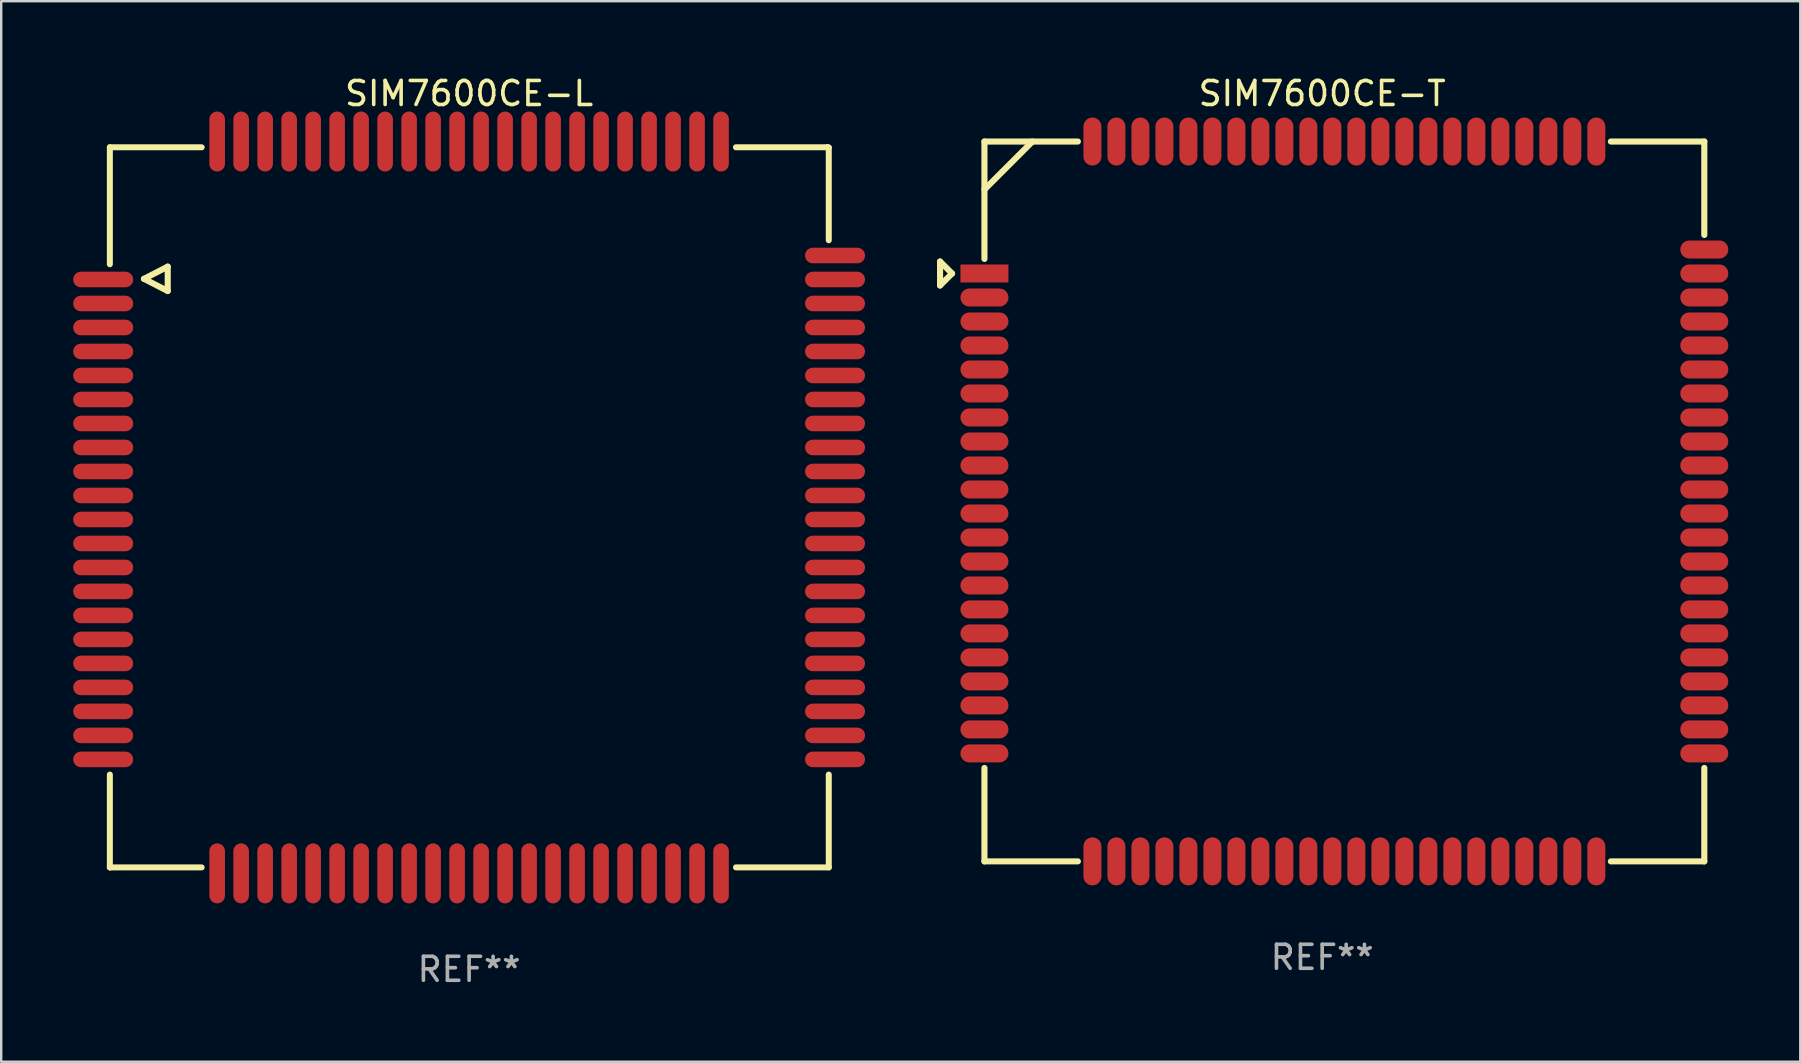
<source format=kicad_pcb>
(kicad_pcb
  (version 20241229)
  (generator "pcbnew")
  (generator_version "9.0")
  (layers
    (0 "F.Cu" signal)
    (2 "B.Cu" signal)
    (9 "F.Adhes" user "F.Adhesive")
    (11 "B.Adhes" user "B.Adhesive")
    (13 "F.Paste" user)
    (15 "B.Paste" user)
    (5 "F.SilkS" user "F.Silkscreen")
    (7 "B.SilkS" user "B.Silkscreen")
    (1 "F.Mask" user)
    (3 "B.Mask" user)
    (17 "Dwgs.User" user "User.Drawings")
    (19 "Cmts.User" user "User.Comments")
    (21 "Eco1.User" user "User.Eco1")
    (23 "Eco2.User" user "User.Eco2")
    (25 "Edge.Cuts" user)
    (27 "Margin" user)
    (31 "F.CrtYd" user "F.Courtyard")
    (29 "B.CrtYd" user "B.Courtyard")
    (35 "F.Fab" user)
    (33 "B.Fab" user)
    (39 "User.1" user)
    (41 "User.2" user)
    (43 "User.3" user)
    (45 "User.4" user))
  (footprint "SIM7600CE-T"
    (layer "F.Cu")
    (at 52.052 17.848)
    (property "Reference" "SIM7600CE-T" (at 0 -17 0) (layer "F.SilkS") (effects (font (size 1 1) (thickness 0.15))))
    (attr through_hole)
    (fp_line (start -15.925 -10) (end -15.925 -9) (stroke (width 0.254) (type solid)) (layer "F.SilkS"))
    (fp_line (start -15.925 -9) (end -15.425 -9.5) (stroke (width 0.254) (type solid)) (layer "F.SilkS"))
    (fp_line (start -15.425 -9.5) (end -15.925 -10) (stroke (width 0.254) (type solid)) (layer "F.SilkS"))
    (fp_line (start -14.075 -15) (end -10.181 -15) (stroke (width 0.254) (type solid)) (layer "F.SilkS"))
    (fp_line (start -14.075 -10.106) (end -14.075 -15) (stroke (width 0.254) (type solid)) (layer "F.SilkS"))
    (fp_line (start -14.075 15) (end -14.075 11.106) (stroke (width 0.254) (type solid)) (layer "F.SilkS"))
    (fp_line (start -12.075 -15) (end -14.075 -13) (stroke (width 0.254) (type solid)) (layer "F.SilkS"))
    (fp_line (start -10.181 15) (end -14.075 15) (stroke (width 0.254) (type solid)) (layer "F.SilkS"))
    (fp_line (start 12.031 -15) (end 15.925 -15) (stroke (width 0.254) (type solid)) (layer "F.SilkS"))
    (fp_line (start 15.925 -15) (end 15.925 -11.106) (stroke (width 0.254) (type solid)) (layer "F.SilkS"))
    (fp_line (start 15.925 11.106) (end 15.925 15) (stroke (width 0.254) (type solid)) (layer "F.SilkS"))
    (fp_line (start 15.925 15) (end 12.031 15) (stroke (width 0.254) (type solid)) (layer "F.SilkS"))
    (fp_circle (center -14.075 -15) (end -14.045 -15) (stroke (width 0.06) (type solid)) (fill no) (layer "F.SilkS"))
    (fp_text user "REF**" (at 0 19 0) (layer "F.Fab") (effects (font (size 1 1) (thickness 0.15))))
    (pad "1" smd rect (at -14.075 -9.5) (size 2 0.75) (layers "F.Cu" "F.Mask" "F.Paste"))
    (pad "2" smd oval (at -14.075 -8.5) (size 2 0.75) (layers "F.Cu" "F.Mask" "F.Paste"))
    (pad "3" smd oval (at -14.075 -7.5) (size 2 0.75) (layers "F.Cu" "F.Mask" "F.Paste"))
    (pad "4" smd oval (at -14.075 -6.5) (size 2 0.75) (layers "F.Cu" "F.Mask" "F.Paste"))
    (pad "5" smd oval (at -14.075 -5.5) (size 2 0.75) (layers "F.Cu" "F.Mask" "F.Paste"))
    (pad "6" smd oval (at -14.075 -4.5) (size 2 0.75) (layers "F.Cu" "F.Mask" "F.Paste"))
    (pad "7" smd oval (at -14.075 -3.5) (size 2 0.75) (layers "F.Cu" "F.Mask" "F.Paste"))
    (pad "8" smd oval (at -14.075 -2.5) (size 2 0.75) (layers "F.Cu" "F.Mask" "F.Paste"))
    (pad "9" smd oval (at -14.075 -1.5) (size 2 0.75) (layers "F.Cu" "F.Mask" "F.Paste"))
    (pad "10" smd oval (at -14.075 -0.5) (size 2 0.75) (layers "F.Cu" "F.Mask" "F.Paste"))
    (pad "11" smd oval (at -14.075 0.5) (size 2 0.75) (layers "F.Cu" "F.Mask" "F.Paste"))
    (pad "12" smd oval (at -14.075 1.5) (size 2 0.75) (layers "F.Cu" "F.Mask" "F.Paste"))
    (pad "13" smd oval (at -14.075 2.5) (size 2 0.75) (layers "F.Cu" "F.Mask" "F.Paste"))
    (pad "14" smd oval (at -14.075 3.5) (size 2 0.75) (layers "F.Cu" "F.Mask" "F.Paste"))
    (pad "15" smd oval (at -14.075 4.5) (size 2 0.75) (layers "F.Cu" "F.Mask" "F.Paste"))
    (pad "16" smd oval (at -14.075 5.5) (size 2 0.75) (layers "F.Cu" "F.Mask" "F.Paste"))
    (pad "17" smd oval (at -14.075 6.5) (size 2 0.75) (layers "F.Cu" "F.Mask" "F.Paste"))
    (pad "18" smd oval (at -14.075 7.5) (size 2 0.75) (layers "F.Cu" "F.Mask" "F.Paste"))
    (pad "19" smd oval (at -14.075 8.5) (size 2 0.75) (layers "F.Cu" "F.Mask" "F.Paste"))
    (pad "20" smd oval (at -14.075 9.5) (size 2 0.75) (layers "F.Cu" "F.Mask" "F.Paste"))
    (pad "21" smd oval (at -8.575 15 90) (size 2 0.75) (layers "F.Cu" "F.Mask" "F.Paste"))
    (pad "22" smd oval (at -7.575 15 90) (size 2 0.75) (layers "F.Cu" "F.Mask" "F.Paste"))
    (pad "23" smd oval (at -6.575 15 90) (size 2 0.75) (layers "F.Cu" "F.Mask" "F.Paste"))
    (pad "24" smd oval (at -5.575 15 90) (size 2 0.75) (layers "F.Cu" "F.Mask" "F.Paste"))
    (pad "25" smd oval (at -4.575 15 90) (size 2 0.75) (layers "F.Cu" "F.Mask" "F.Paste"))
    (pad "26" smd oval (at -3.575 15 90) (size 2 0.75) (layers "F.Cu" "F.Mask" "F.Paste"))
    (pad "27" smd oval (at -2.575 15 90) (size 2 0.75) (layers "F.Cu" "F.Mask" "F.Paste"))
    (pad "28" smd oval (at -1.575 15 90) (size 2 0.75) (layers "F.Cu" "F.Mask" "F.Paste"))
    (pad "29" smd oval (at -0.575 15 90) (size 2 0.75) (layers "F.Cu" "F.Mask" "F.Paste"))
    (pad "30" smd oval (at 0.425 15 90) (size 2 0.75) (layers "F.Cu" "F.Mask" "F.Paste"))
    (pad "31" smd oval (at 1.425 15 90) (size 2 0.75) (layers "F.Cu" "F.Mask" "F.Paste"))
    (pad "32" smd oval (at 2.425 15 90) (size 2 0.75) (layers "F.Cu" "F.Mask" "F.Paste"))
    (pad "33" smd oval (at 3.425 15 90) (size 2 0.75) (layers "F.Cu" "F.Mask" "F.Paste"))
    (pad "34" smd oval (at 4.425 15 90) (size 2 0.75) (layers "F.Cu" "F.Mask" "F.Paste"))
    (pad "35" smd oval (at 5.425 15 90) (size 2 0.75) (layers "F.Cu" "F.Mask" "F.Paste"))
    (pad "36" smd oval (at 6.425 15 90) (size 2 0.75) (layers "F.Cu" "F.Mask" "F.Paste"))
    (pad "37" smd oval (at 7.425 15 90) (size 2 0.75) (layers "F.Cu" "F.Mask" "F.Paste"))
    (pad "38" smd oval (at 8.425 15 90) (size 2 0.75) (layers "F.Cu" "F.Mask" "F.Paste"))
    (pad "39" smd oval (at 9.425 15 90) (size 2 0.75) (layers "F.Cu" "F.Mask" "F.Paste"))
    (pad "40" smd oval (at 10.425 15 90) (size 2 0.75) (layers "F.Cu" "F.Mask" "F.Paste"))
    (pad "41" smd oval (at 15.925 9.5 180) (size 2 0.75) (layers "F.Cu" "F.Mask" "F.Paste"))
    (pad "42" smd oval (at 15.925 8.5 180) (size 2 0.75) (layers "F.Cu" "F.Mask" "F.Paste"))
    (pad "43" smd oval (at 15.925 7.5 180) (size 2 0.75) (layers "F.Cu" "F.Mask" "F.Paste"))
    (pad "44" smd oval (at 15.925 6.5 180) (size 2 0.75) (layers "F.Cu" "F.Mask" "F.Paste"))
    (pad "45" smd oval (at 15.925 5.5 180) (size 2 0.75) (layers "F.Cu" "F.Mask" "F.Paste"))
    (pad "46" smd oval (at 15.925 4.5 180) (size 2 0.75) (layers "F.Cu" "F.Mask" "F.Paste"))
    (pad "47" smd oval (at 15.925 3.5 180) (size 2 0.75) (layers "F.Cu" "F.Mask" "F.Paste"))
    (pad "48" smd oval (at 15.925 2.5 180) (size 2 0.75) (layers "F.Cu" "F.Mask" "F.Paste"))
    (pad "49" smd oval (at 15.925 1.5 180) (size 2 0.75) (layers "F.Cu" "F.Mask" "F.Paste"))
    (pad "50" smd oval (at 15.925 0.5 180) (size 2 0.75) (layers "F.Cu" "F.Mask" "F.Paste"))
    (pad "51" smd oval (at 15.925 -0.5 180) (size 2 0.75) (layers "F.Cu" "F.Mask" "F.Paste"))
    (pad "52" smd oval (at 15.925 -1.5 180) (size 2 0.75) (layers "F.Cu" "F.Mask" "F.Paste"))
    (pad "53" smd oval (at 15.925 -2.5 180) (size 2 0.75) (layers "F.Cu" "F.Mask" "F.Paste"))
    (pad "54" smd oval (at 15.925 -3.5 180) (size 2 0.75) (layers "F.Cu" "F.Mask" "F.Paste"))
    (pad "55" smd oval (at 15.925 -4.5 180) (size 2 0.75) (layers "F.Cu" "F.Mask" "F.Paste"))
    (pad "56" smd oval (at 15.925 -5.5 180) (size 2 0.75) (layers "F.Cu" "F.Mask" "F.Paste"))
    (pad "57" smd oval (at 15.925 -6.5 180) (size 2 0.75) (layers "F.Cu" "F.Mask" "F.Paste"))
    (pad "58" smd oval (at 15.925 -7.5 180) (size 2 0.75) (layers "F.Cu" "F.Mask" "F.Paste"))
    (pad "59" smd oval (at 15.925 -8.5 180) (size 2 0.75) (layers "F.Cu" "F.Mask" "F.Paste"))
    (pad "60" smd oval (at 15.925 -9.5 180) (size 2 0.75) (layers "F.Cu" "F.Mask" "F.Paste"))
    (pad "61" smd oval (at 10.425 -15 270) (size 2 0.75) (layers "F.Cu" "F.Mask" "F.Paste"))
    (pad "62" smd oval (at 9.425 -15 270) (size 2 0.75) (layers "F.Cu" "F.Mask" "F.Paste"))
    (pad "63" smd oval (at 8.425 -15 270) (size 2 0.75) (layers "F.Cu" "F.Mask" "F.Paste"))
    (pad "64" smd oval (at 7.425 -15 270) (size 2 0.75) (layers "F.Cu" "F.Mask" "F.Paste"))
    (pad "65" smd oval (at 6.425 -15 270) (size 2 0.75) (layers "F.Cu" "F.Mask" "F.Paste"))
    (pad "66" smd oval (at 5.425 -15 270) (size 2 0.75) (layers "F.Cu" "F.Mask" "F.Paste"))
    (pad "67" smd oval (at 4.425 -15 270) (size 2 0.75) (layers "F.Cu" "F.Mask" "F.Paste"))
    (pad "68" smd oval (at 3.425 -15 270) (size 2 0.75) (layers "F.Cu" "F.Mask" "F.Paste"))
    (pad "69" smd oval (at 2.425 -15 270) (size 2 0.75) (layers "F.Cu" "F.Mask" "F.Paste"))
    (pad "70" smd oval (at 1.425 -15 270) (size 2 0.75) (layers "F.Cu" "F.Mask" "F.Paste"))
    (pad "71" smd oval (at 0.425 -15 270) (size 2 0.75) (layers "F.Cu" "F.Mask" "F.Paste"))
    (pad "72" smd oval (at -0.575 -15 270) (size 2 0.75) (layers "F.Cu" "F.Mask" "F.Paste"))
    (pad "73" smd oval (at -1.575 -15 270) (size 2 0.75) (layers "F.Cu" "F.Mask" "F.Paste"))
    (pad "74" smd oval (at -2.575 -15 270) (size 2 0.75) (layers "F.Cu" "F.Mask" "F.Paste"))
    (pad "75" smd oval (at -3.575 -15 270) (size 2 0.75) (layers "F.Cu" "F.Mask" "F.Paste"))
    (pad "76" smd oval (at -4.575 -15 270) (size 2 0.75) (layers "F.Cu" "F.Mask" "F.Paste"))
    (pad "77" smd oval (at -5.575 -15 270) (size 2 0.75) (layers "F.Cu" "F.Mask" "F.Paste"))
    (pad "78" smd oval (at -6.575 -15 270) (size 2 0.75) (layers "F.Cu" "F.Mask" "F.Paste"))
    (pad "79" smd oval (at -7.575 -15 270) (size 2 0.75) (layers "F.Cu" "F.Mask" "F.Paste"))
    (pad "80" smd oval (at -8.575 -15 270) (size 2 0.75) (layers "F.Cu" "F.Mask" "F.Paste"))
    (pad "81" smd oval (at -14.075 10.5) (size 2 0.75) (layers "F.Cu" "F.Mask" "F.Paste"))
    (pad "82" smd oval (at 15.925 10.5) (size 2 0.75) (layers "F.Cu" "F.Mask" "F.Paste"))
    (pad "83" smd oval (at 11.425 15 90) (size 2 0.75) (layers "F.Cu" "F.Mask" "F.Paste"))
    (pad "84" smd oval (at -9.575 15 90) (size 2 0.75) (layers "F.Cu" "F.Mask" "F.Paste"))
    (pad "85" smd oval (at 15.925 -10.5 180) (size 2 0.75) (layers "F.Cu" "F.Mask" "F.Paste"))
    (pad "86" smd oval (at -9.575 -15 270) (size 2 0.75) (layers "F.Cu" "F.Mask" "F.Paste"))
    (pad "87" smd oval (at 11.425 -15 270) (size 2 0.75) (layers "F.Cu" "F.Mask" "F.Paste")))
  (footprint "SIM7600CE-L"
    (layer "F.Cu")
    (at 16.5 18.098)
    (property "Reference" "SIM7600CE-L" (at 0 -17.25 0) (layer "F.SilkS") (effects (font (size 1 1) (thickness 0.15))))
    (attr through_hole)
    (fp_line (start -14.972 -15.01) (end -11.145 -15.01) (stroke (width 0.25) (type solid)) (layer "F.SilkS"))
    (fp_line (start -14.972 -10.136) (end -14.972 -15.01) (stroke (width 0.25) (type solid)) (layer "F.SilkS"))
    (fp_line (start -14.972 15) (end -14.972 11.133) (stroke (width 0.25) (type solid)) (layer "F.SilkS"))
    (fp_line (start -14.961 15) (end -14.972 15) (stroke (width 0.25) (type solid)) (layer "F.SilkS"))
    (fp_line (start -13.551 -9.528) (end -12.56 -10.036) (stroke (width 0.254) (type solid)) (layer "F.SilkS"))
    (fp_line (start -12.56 -10.036) (end -12.56 -9.02) (stroke (width 0.254) (type solid)) (layer "F.SilkS"))
    (fp_line (start -12.56 -9.02) (end -13.551 -9.528) (stroke (width 0.254) (type solid)) (layer "F.SilkS"))
    (fp_line (start -11.146 15) (end -14.961 15) (stroke (width 0.25) (type solid)) (layer "F.SilkS"))
    (fp_line (start 11.122 -15.01) (end 14.929 -15.01) (stroke (width 0.25) (type solid)) (layer "F.SilkS"))
    (fp_line (start 14.929 -15.01) (end 14.929 -15) (stroke (width 0.25) (type solid)) (layer "F.SilkS"))
    (fp_line (start 14.929 -15) (end 14.989 -15) (stroke (width 0.25) (type solid)) (layer "F.SilkS"))
    (fp_line (start 14.989 -15) (end 14.989 -11.135) (stroke (width 0.25) (type solid)) (layer "F.SilkS"))
    (fp_line (start 14.989 11.133) (end 14.989 15) (stroke (width 0.25) (type solid)) (layer "F.SilkS"))
    (fp_line (start 14.989 15) (end 11.123 15) (stroke (width 0.25) (type solid)) (layer "F.SilkS"))
    (fp_circle (center -15 -15) (end -14.97 -15) (stroke (width 0.06) (type solid)) (fill no) (layer "F.SilkS"))
    (fp_text user "REF**" (at 0 19.25 0) (layer "F.Fab") (effects (font (size 1 1) (thickness 0.15))))
    (pad "1" smd oval (at -15.25 -9.5) (size 2.5 0.65) (layers "F.Cu" "F.Mask" "F.Paste"))
    (pad "2" smd oval (at -15.25 -8.5) (size 2.5 0.65) (layers "F.Cu" "F.Mask" "F.Paste"))
    (pad "3" smd oval (at -15.25 -7.5) (size 2.5 0.65) (layers "F.Cu" "F.Mask" "F.Paste"))
    (pad "4" smd oval (at -15.25 -6.5) (size 2.5 0.65) (layers "F.Cu" "F.Mask" "F.Paste"))
    (pad "5" smd oval (at -15.25 -5.5) (size 2.5 0.65) (layers "F.Cu" "F.Mask" "F.Paste"))
    (pad "6" smd oval (at -15.25 -4.5) (size 2.5 0.65) (layers "F.Cu" "F.Mask" "F.Paste"))
    (pad "7" smd oval (at -15.25 -3.5) (size 2.5 0.65) (layers "F.Cu" "F.Mask" "F.Paste"))
    (pad "8" smd oval (at -15.25 -2.5) (size 2.5 0.65) (layers "F.Cu" "F.Mask" "F.Paste"))
    (pad "9" smd oval (at -15.25 -1.5) (size 2.5 0.65) (layers "F.Cu" "F.Mask" "F.Paste"))
    (pad "10" smd oval (at -15.25 -0.5) (size 2.5 0.65) (layers "F.Cu" "F.Mask" "F.Paste"))
    (pad "11" smd oval (at -15.25 0.5) (size 2.5 0.65) (layers "F.Cu" "F.Mask" "F.Paste"))
    (pad "12" smd oval (at -15.25 1.5) (size 2.5 0.65) (layers "F.Cu" "F.Mask" "F.Paste"))
    (pad "13" smd oval (at -15.25 2.5) (size 2.5 0.65) (layers "F.Cu" "F.Mask" "F.Paste"))
    (pad "14" smd oval (at -15.25 3.5) (size 2.5 0.65) (layers "F.Cu" "F.Mask" "F.Paste"))
    (pad "15" smd oval (at -15.25 4.5) (size 2.5 0.65) (layers "F.Cu" "F.Mask" "F.Paste"))
    (pad "16" smd oval (at -15.25 5.5) (size 2.5 0.65) (layers "F.Cu" "F.Mask" "F.Paste"))
    (pad "17" smd oval (at -15.25 6.5) (size 2.5 0.65) (layers "F.Cu" "F.Mask" "F.Paste"))
    (pad "18" smd oval (at -15.25 7.5) (size 2.5 0.65) (layers "F.Cu" "F.Mask" "F.Paste"))
    (pad "19" smd oval (at -15.25 8.5) (size 2.5 0.65) (layers "F.Cu" "F.Mask" "F.Paste"))
    (pad "20" smd oval (at -15.25 9.5) (size 2.5 0.65) (layers "F.Cu" "F.Mask" "F.Paste"))
    (pad "21" smd oval (at -9.5 15.25) (size 0.65 2.5) (layers "F.Cu" "F.Mask" "F.Paste"))
    (pad "22" smd oval (at -8.5 15.25) (size 0.65 2.5) (layers "F.Cu" "F.Mask" "F.Paste"))
    (pad "23" smd oval (at -7.5 15.25) (size 0.65 2.5) (layers "F.Cu" "F.Mask" "F.Paste"))
    (pad "24" smd oval (at -6.5 15.25) (size 0.65 2.5) (layers "F.Cu" "F.Mask" "F.Paste"))
    (pad "25" smd oval (at -5.5 15.25) (size 0.65 2.5) (layers "F.Cu" "F.Mask" "F.Paste"))
    (pad "26" smd oval (at -4.5 15.25) (size 0.65 2.5) (layers "F.Cu" "F.Mask" "F.Paste"))
    (pad "27" smd oval (at -3.5 15.25) (size 0.65 2.5) (layers "F.Cu" "F.Mask" "F.Paste"))
    (pad "28" smd oval (at -2.5 15.25) (size 0.65 2.5) (layers "F.Cu" "F.Mask" "F.Paste"))
    (pad "29" smd oval (at -1.5 15.25) (size 0.65 2.5) (layers "F.Cu" "F.Mask" "F.Paste"))
    (pad "30" smd oval (at -0.5 15.25) (size 0.65 2.5) (layers "F.Cu" "F.Mask" "F.Paste"))
    (pad "31" smd oval (at 0.5 15.25) (size 0.65 2.5) (layers "F.Cu" "F.Mask" "F.Paste"))
    (pad "32" smd oval (at 1.5 15.25) (size 0.65 2.5) (layers "F.Cu" "F.Mask" "F.Paste"))
    (pad "33" smd oval (at 2.5 15.25) (size 0.65 2.5) (layers "F.Cu" "F.Mask" "F.Paste"))
    (pad "34" smd oval (at 3.5 15.25) (size 0.65 2.5) (layers "F.Cu" "F.Mask" "F.Paste"))
    (pad "35" smd oval (at 4.5 15.25) (size 0.65 2.5) (layers "F.Cu" "F.Mask" "F.Paste"))
    (pad "36" smd oval (at 5.5 15.25) (size 0.65 2.5) (layers "F.Cu" "F.Mask" "F.Paste"))
    (pad "37" smd oval (at 6.5 15.25) (size 0.65 2.5) (layers "F.Cu" "F.Mask" "F.Paste"))
    (pad "38" smd oval (at 7.5 15.25) (size 0.65 2.5) (layers "F.Cu" "F.Mask" "F.Paste"))
    (pad "39" smd oval (at 8.5 15.25) (size 0.65 2.5) (layers "F.Cu" "F.Mask" "F.Paste"))
    (pad "40" smd oval (at 9.5 15.25) (size 0.65 2.5) (layers "F.Cu" "F.Mask" "F.Paste"))
    (pad "41" smd oval (at 15.25 9.5) (size 2.5 0.65) (layers "F.Cu" "F.Mask" "F.Paste"))
    (pad "42" smd oval (at 15.25 8.5) (size 2.5 0.65) (layers "F.Cu" "F.Mask" "F.Paste"))
    (pad "43" smd oval (at 15.25 7.5) (size 2.5 0.65) (layers "F.Cu" "F.Mask" "F.Paste"))
    (pad "44" smd oval (at 15.25 6.5) (size 2.5 0.65) (layers "F.Cu" "F.Mask" "F.Paste"))
    (pad "45" smd oval (at 15.25 5.5) (size 2.5 0.65) (layers "F.Cu" "F.Mask" "F.Paste"))
    (pad "46" smd oval (at 15.25 4.5) (size 2.5 0.65) (layers "F.Cu" "F.Mask" "F.Paste"))
    (pad "47" smd oval (at 15.25 3.5) (size 2.5 0.65) (layers "F.Cu" "F.Mask" "F.Paste"))
    (pad "48" smd oval (at 15.25 2.5) (size 2.5 0.65) (layers "F.Cu" "F.Mask" "F.Paste"))
    (pad "49" smd oval (at 15.25 1.5) (size 2.5 0.65) (layers "F.Cu" "F.Mask" "F.Paste"))
    (pad "50" smd oval (at 15.25 0.5) (size 2.5 0.65) (layers "F.Cu" "F.Mask" "F.Paste"))
    (pad "51" smd oval (at 15.25 -0.5) (size 2.5 0.65) (layers "F.Cu" "F.Mask" "F.Paste"))
    (pad "52" smd oval (at 15.25 -1.5) (size 2.5 0.65) (layers "F.Cu" "F.Mask" "F.Paste"))
    (pad "53" smd oval (at 15.25 -2.5) (size 2.5 0.65) (layers "F.Cu" "F.Mask" "F.Paste"))
    (pad "54" smd oval (at 15.25 -3.5) (size 2.5 0.65) (layers "F.Cu" "F.Mask" "F.Paste"))
    (pad "55" smd oval (at 15.25 -4.5) (size 2.5 0.65) (layers "F.Cu" "F.Mask" "F.Paste"))
    (pad "56" smd oval (at 15.25 -5.5) (size 2.5 0.65) (layers "F.Cu" "F.Mask" "F.Paste"))
    (pad "57" smd oval (at 15.25 -6.5 180) (size 2.5 0.65) (layers "F.Cu" "F.Mask" "F.Paste"))
    (pad "58" smd oval (at 15.25 -7.5 180) (size 2.5 0.65) (layers "F.Cu" "F.Mask" "F.Paste"))
    (pad "59" smd oval (at 15.25 -8.5 180) (size 2.5 0.65) (layers "F.Cu" "F.Mask" "F.Paste"))
    (pad "60" smd oval (at 15.25 -9.5) (size 2.5 0.65) (layers "F.Cu" "F.Mask" "F.Paste"))
    (pad "61" smd oval (at 9.5 -15.25) (size 0.65 2.5) (layers "F.Cu" "F.Mask" "F.Paste"))
    (pad "62" smd oval (at 8.5 -15.25) (size 0.65 2.5) (layers "F.Cu" "F.Mask" "F.Paste"))
    (pad "63" smd oval (at 7.5 -15.25) (size 0.65 2.5) (layers "F.Cu" "F.Mask" "F.Paste"))
    (pad "64" smd oval (at 6.5 -15.25) (size 0.65 2.5) (layers "F.Cu" "F.Mask" "F.Paste"))
    (pad "65" smd oval (at 5.5 -15.25) (size 0.65 2.5) (layers "F.Cu" "F.Mask" "F.Paste"))
    (pad "66" smd oval (at 4.5 -15.25) (size 0.65 2.5) (layers "F.Cu" "F.Mask" "F.Paste"))
    (pad "67" smd oval (at 3.5 -15.25) (size 0.65 2.5) (layers "F.Cu" "F.Mask" "F.Paste"))
    (pad "68" smd oval (at 2.5 -15.25) (size 0.65 2.5) (layers "F.Cu" "F.Mask" "F.Paste"))
    (pad "69" smd oval (at 1.5 -15.25) (size 0.65 2.5) (layers "F.Cu" "F.Mask" "F.Paste"))
    (pad "70" smd oval (at 0.5 -15.25) (size 0.65 2.5) (layers "F.Cu" "F.Mask" "F.Paste"))
    (pad "71" smd oval (at -0.5 -15.25) (size 0.65 2.5) (layers "F.Cu" "F.Mask" "F.Paste"))
    (pad "72" smd oval (at -1.5 -15.25) (size 0.65 2.5) (layers "F.Cu" "F.Mask" "F.Paste"))
    (pad "73" smd oval (at -2.5 -15.25) (size 0.65 2.5) (layers "F.Cu" "F.Mask" "F.Paste"))
    (pad "74" smd oval (at -3.5 -15.25) (size 0.65 2.5) (layers "F.Cu" "F.Mask" "F.Paste"))
    (pad "75" smd oval (at -4.5 -15.25) (size 0.65 2.5) (layers "F.Cu" "F.Mask" "F.Paste"))
    (pad "76" smd oval (at -5.5 -15.25) (size 0.65 2.5) (layers "F.Cu" "F.Mask" "F.Paste"))
    (pad "77" smd oval (at -6.5 -15.25) (size 0.65 2.5) (layers "F.Cu" "F.Mask" "F.Paste"))
    (pad "78" smd oval (at -7.5 -15.25) (size 0.65 2.5) (layers "F.Cu" "F.Mask" "F.Paste"))
    (pad "79" smd oval (at -8.5 -15.25) (size 0.65 2.5) (layers "F.Cu" "F.Mask" "F.Paste"))
    (pad "80" smd oval (at -9.5 -15.25) (size 0.65 2.5) (layers "F.Cu" "F.Mask" "F.Paste"))
    (pad "81" smd oval (at -15.25 10.5) (size 2.5 0.65) (layers "F.Cu" "F.Mask" "F.Paste"))
    (pad "82" smd oval (at 15.25 10.5) (size 2.5 0.65) (layers "F.Cu" "F.Mask" "F.Paste"))
    (pad "83" smd oval (at 10.5 15.25) (size 0.65 2.5) (layers "F.Cu" "F.Mask" "F.Paste"))
    (pad "84" smd oval (at -10.5 15.25) (size 0.65 2.5) (layers "F.Cu" "F.Mask" "F.Paste"))
    (pad "85" smd oval (at 15.25 -10.5) (size 2.5 0.65) (layers "F.Cu" "F.Mask" "F.Paste"))
    (pad "86" smd oval (at -10.5 -15.25) (size 0.65 2.5) (layers "F.Cu" "F.Mask" "F.Paste"))
    (pad "87" smd oval (at 10.5 -15.25) (size 0.65 2.5) (layers "F.Cu" "F.Mask" "F.Paste")))
  (gr_rect
    (start -3 -3)
    (end 71.977 41.197)
    (stroke (width 0.1) (type default))
    (fill no)
    (layer "Edge.Cuts")))
</source>
